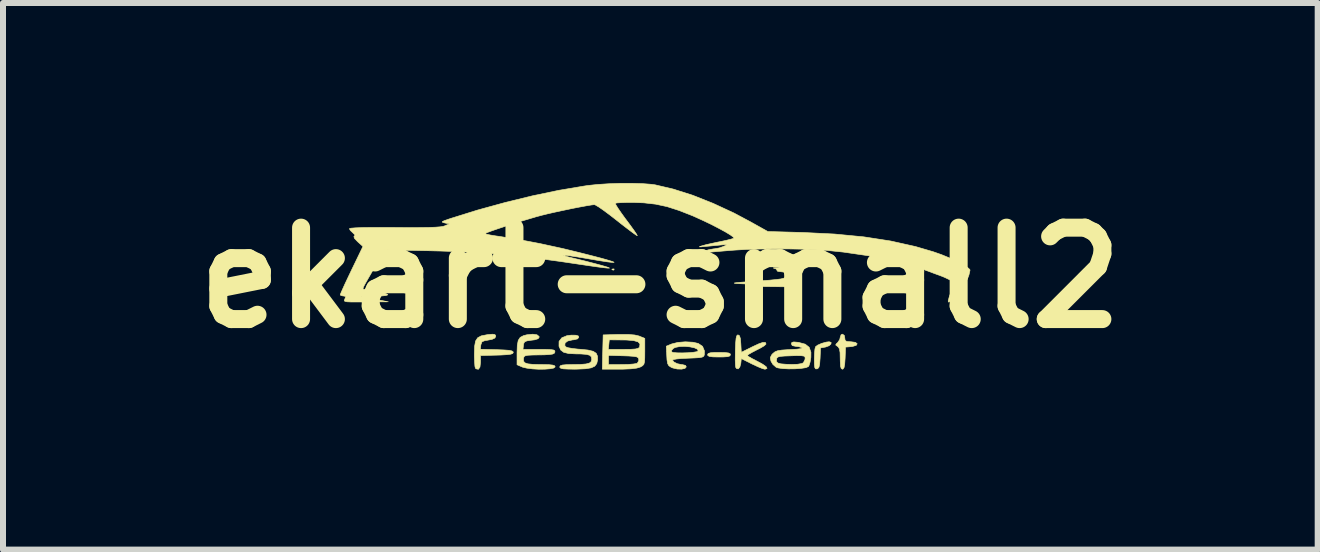
<source format=kicad_pcb>
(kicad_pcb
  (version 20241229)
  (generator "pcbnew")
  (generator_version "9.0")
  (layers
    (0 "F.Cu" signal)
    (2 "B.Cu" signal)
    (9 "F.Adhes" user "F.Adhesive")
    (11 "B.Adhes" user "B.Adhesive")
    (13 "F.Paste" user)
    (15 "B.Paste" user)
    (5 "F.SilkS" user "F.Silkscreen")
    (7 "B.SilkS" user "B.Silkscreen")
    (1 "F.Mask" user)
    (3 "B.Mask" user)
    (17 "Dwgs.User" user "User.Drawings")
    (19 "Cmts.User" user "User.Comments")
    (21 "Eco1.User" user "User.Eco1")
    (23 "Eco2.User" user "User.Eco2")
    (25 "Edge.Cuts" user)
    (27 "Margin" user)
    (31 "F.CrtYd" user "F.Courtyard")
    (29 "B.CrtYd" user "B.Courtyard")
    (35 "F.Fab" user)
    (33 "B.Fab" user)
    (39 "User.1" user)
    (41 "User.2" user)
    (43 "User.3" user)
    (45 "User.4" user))
  (footprint "ekart-small2"
    (layer "F.Cu")
    (at 7.954 1.578)
    (property "Reference" "ekart-small2" (at 0 0 0) (layer "F.SilkS") (effects (font (size 1.524 1.524) (thickness 0.3))))
    (attr through_hole)
    (fp_poly (pts (xy -0.77 -0.144) (xy -0.774 -0.129) (xy -0.787 -0.127) (xy -0.808 -0.136) (xy -0.804 -0.144) (xy -0.774 -0.147) (xy -0.77 -0.144)) (stroke (width 0.01) (type solid)) (fill yes) (layer "F.SilkS"))
    (fp_poly (pts (xy 1.078 1.247) (xy 1.137 1.254) (xy 1.164 1.268) (xy 1.168 1.283) (xy 1.158 1.303) (xy 1.122 1.315) (xy 1.051 1.32) (xy 0.978 1.321) (xy 0.877 1.319) (xy 0.818 1.312) (xy 0.792 1.297) (xy 0.787 1.283) (xy 0.797 1.263) (xy 0.833 1.251) (xy 0.905 1.245) (xy 0.978 1.245) (xy 1.078 1.247)) (stroke (width 0.01) (type solid)) (fill yes) (layer "F.SilkS"))
    (fp_poly (pts (xy 2.846 1.078) (xy 2.843 1.104) (xy 2.812 1.133) (xy 2.759 1.153) (xy 2.757 1.154) (xy 2.669 1.17) (xy 2.662 1.341) (xy 2.655 1.435) (xy 2.644 1.489) (xy 2.624 1.514) (xy 2.61 1.519) (xy 2.586 1.518) (xy 2.573 1.495) (xy 2.567 1.441) (xy 2.566 1.354) (xy 2.569 1.262) (xy 2.576 1.188) (xy 2.587 1.149) (xy 2.624 1.122) (xy 2.689 1.094) (xy 2.763 1.073) (xy 2.813 1.067) (xy 2.846 1.078)) (stroke (width 0.01) (type solid)) (fill yes) (layer "F.SilkS"))
    (fp_poly (pts (xy 3.066 0.962) (xy 3.073 1.003) (xy 3.079 1.044) (xy 3.105 1.062) (xy 3.166 1.067) (xy 3.175 1.067) (xy 3.25 1.077) (xy 3.28 1.1) (xy 3.265 1.126) (xy 3.204 1.145) (xy 3.181 1.148) (xy 3.086 1.156) (xy 3.079 1.34) (xy 3.072 1.44) (xy 3.061 1.498) (xy 3.043 1.522) (xy 3.034 1.524) (xy 3.014 1.513) (xy 3.002 1.472) (xy 2.998 1.394) (xy 2.997 1.347) (xy 2.995 1.248) (xy 2.985 1.187) (xy 2.965 1.154) (xy 2.953 1.144) (xy 2.922 1.121) (xy 2.933 1.099) (xy 2.953 1.083) (xy 2.989 1.031) (xy 2.997 0.994) (xy 3.012 0.95) (xy 3.035 0.94) (xy 3.066 0.962)) (stroke (width 0.01) (type solid)) (fill yes) (layer "F.SilkS"))
    (fp_poly (pts (xy -2.757 0.947) (xy -2.744 0.966) (xy -2.743 0.974) (xy -2.757 1.005) (xy -2.805 1.027) (xy -2.894 1.044) (xy -2.921 1.047) (xy -2.972 1.067) (xy -2.992 1.12) (xy -2.992 1.123) (xy -3 1.192) (xy -2.726 1.199) (xy -2.601 1.204) (xy -2.52 1.21) (xy -2.473 1.22) (xy -2.453 1.235) (xy -2.451 1.245) (xy -2.46 1.262) (xy -2.492 1.274) (xy -2.554 1.282) (xy -2.655 1.288) (xy -2.724 1.29) (xy -2.997 1.297) (xy -2.997 1.411) (xy -3.006 1.489) (xy -3.032 1.526) (xy -3.07 1.518) (xy -3.082 1.507) (xy -3.09 1.476) (xy -3.095 1.406) (xy -3.099 1.311) (xy -3.099 1.27) (xy -3.095 1.142) (xy -3.079 1.055) (xy -3.044 1.001) (xy -2.985 0.969) (xy -2.894 0.951) (xy -2.874 0.948) (xy -2.796 0.941) (xy -2.757 0.947)) (stroke (width 0.01) (type solid)) (fill yes) (layer "F.SilkS"))
    (fp_poly (pts (xy 1.319 0.967) (xy 1.334 1.015) (xy 1.341 1.098) (xy 1.349 1.243) (xy 1.538 1.149) (xy 1.639 1.102) (xy 1.705 1.079) (xy 1.744 1.078) (xy 1.756 1.085) (xy 1.76 1.107) (xy 1.73 1.135) (xy 1.66 1.176) (xy 1.616 1.198) (xy 1.535 1.24) (xy 1.475 1.274) (xy 1.448 1.294) (xy 1.448 1.295) (xy 1.469 1.313) (xy 1.524 1.345) (xy 1.603 1.386) (xy 1.613 1.391) (xy 1.708 1.443) (xy 1.764 1.484) (xy 1.778 1.512) (xy 1.748 1.524) (xy 1.739 1.524) (xy 1.699 1.513) (xy 1.628 1.484) (xy 1.54 1.443) (xy 1.525 1.436) (xy 1.349 1.347) (xy 1.341 1.427) (xy 1.325 1.487) (xy 1.298 1.519) (xy 1.269 1.513) (xy 1.256 1.493) (xy 1.251 1.453) (xy 1.248 1.376) (xy 1.249 1.273) (xy 1.25 1.205) (xy 1.255 1.086) (xy 1.262 1.01) (xy 1.273 0.968) (xy 1.289 0.953) (xy 1.295 0.953) (xy 1.319 0.967)) (stroke (width 0.01) (type solid)) (fill yes) (layer "F.SilkS"))
    (fp_poly (pts (xy 2.304 -0.174) (xy 2.351 -0.168) (xy 2.373 -0.157) (xy 2.377 -0.14) (xy 2.375 -0.127) (xy 2.354 -0.081) (xy 2.31 -0.014) (xy 2.269 0.038) (xy 2.174 0.152) (xy 1.779 0.148) (xy 1.633 0.146) (xy 1.537 0.143) (xy 1.49 0.138) (xy 1.49 0.133) (xy 1.524 0.127) (xy 1.586 0.119) (xy 1.611 0.113) (xy 1.595 0.11) (xy 1.536 0.107) (xy 1.435 0.104) (xy 1.338 0.1) (xy 1.267 0.096) (xy 1.232 0.091) (xy 1.232 0.088) (xy 1.265 0.083) (xy 1.339 0.076) (xy 1.446 0.068) (xy 1.575 0.058) (xy 1.661 0.052) (xy 1.818 0.041) (xy 1.931 0.03) (xy 2.009 0.02) (xy 2.059 0.007) (xy 2.087 -0.009) (xy 2.097 -0.019) (xy 2.112 -0.064) (xy 2.08 -0.091) (xy 2.001 -0.101) (xy 1.999 -0.101) (xy 1.953 -0.108) (xy 1.942 -0.125) (xy 1.931 -0.145) (xy 1.886 -0.16) (xy 1.882 -0.164) (xy 1.92 -0.168) (xy 1.996 -0.172) (xy 2.1 -0.174) (xy 2.224 -0.175) (xy 2.304 -0.174)) (stroke (width 0.01) (type solid)) (fill yes) (layer "F.SilkS"))
    (fp_poly (pts (xy -0.429 0.954) (xy -0.352 0.972) (xy -0.347 0.975) (xy -0.259 1.011) (xy -0.259 1.23) (xy -0.26 1.336) (xy -0.264 1.403) (xy -0.275 1.443) (xy -0.297 1.467) (xy -0.331 1.487) (xy -0.393 1.506) (xy -0.489 1.518) (xy -0.628 1.524) (xy -0.685 1.524) (xy -0.967 1.524) (xy -0.965 1.448) (xy -0.864 1.448) (xy -0.641 1.447) (xy -0.537 1.445) (xy -0.45 1.438) (xy -0.395 1.429) (xy -0.385 1.425) (xy -0.36 1.385) (xy -0.36 1.356) (xy -0.369 1.334) (xy -0.394 1.319) (xy -0.444 1.31) (xy -0.528 1.304) (xy -0.616 1.301) (xy -0.864 1.294) (xy -0.864 1.448) (xy -0.965 1.448) (xy -0.959 1.194) (xy -0.867 1.194) (xy -0.614 1.194) (xy -0.495 1.193) (xy -0.418 1.188) (xy -0.373 1.178) (xy -0.35 1.162) (xy -0.345 1.151) (xy -0.34 1.103) (xy -0.371 1.069) (xy -0.443 1.048) (xy -0.559 1.038) (xy -0.625 1.037) (xy -0.851 1.035) (xy -0.859 1.115) (xy -0.867 1.194) (xy -0.959 1.194) (xy -0.953 0.953) (xy -0.693 0.945) (xy -0.54 0.945) (xy -0.429 0.954)) (stroke (width 0.01) (type solid)) (fill yes) (layer "F.SilkS"))
    (fp_poly (pts (xy 0.543 1.075) (xy 0.631 1.095) (xy 0.703 1.143) (xy 0.735 1.22) (xy 0.732 1.287) (xy 0.723 1.308) (xy 0.697 1.323) (xy 0.647 1.332) (xy 0.563 1.337) (xy 0.463 1.341) (xy 0.355 1.346) (xy 0.269 1.354) (xy 0.216 1.364) (xy 0.203 1.372) (xy 0.226 1.404) (xy 0.28 1.432) (xy 0.35 1.447) (xy 0.367 1.448) (xy 0.419 1.461) (xy 0.432 1.486) (xy 0.41 1.511) (xy 0.355 1.523) (xy 0.282 1.521) (xy 0.208 1.504) (xy 0.178 1.491) (xy 0.142 1.467) (xy 0.122 1.432) (xy 0.111 1.37) (xy 0.107 1.3) (xy 0.104 1.234) (xy 0.184 1.234) (xy 0.215 1.246) (xy 0.281 1.252) (xy 0.368 1.253) (xy 0.461 1.25) (xy 0.545 1.243) (xy 0.607 1.233) (xy 0.63 1.221) (xy 0.618 1.191) (xy 0.568 1.168) (xy 0.493 1.152) (xy 0.406 1.144) (xy 0.321 1.147) (xy 0.25 1.161) (xy 0.217 1.177) (xy 0.186 1.212) (xy 0.184 1.234) (xy 0.104 1.234) (xy 0.099 1.141) (xy 0.188 1.104) (xy 0.291 1.078) (xy 0.417 1.068) (xy 0.543 1.075)) (stroke (width 0.01) (type solid)) (fill yes) (layer "F.SilkS"))
    (fp_poly (pts (xy -1.407 0.958) (xy -1.368 0.97) (xy -1.359 0.991) (xy -1.379 1.019) (xy -1.443 1.034) (xy -1.465 1.036) (xy -1.543 1.054) (xy -1.587 1.087) (xy -1.592 1.129) (xy -1.576 1.152) (xy -1.54 1.166) (xy -1.467 1.179) (xy -1.37 1.19) (xy -1.338 1.192) (xy -1.207 1.205) (xy -1.12 1.226) (xy -1.069 1.259) (xy -1.047 1.308) (xy -1.046 1.369) (xy -1.06 1.431) (xy -1.093 1.474) (xy -1.153 1.502) (xy -1.247 1.517) (xy -1.382 1.523) (xy -1.429 1.524) (xy -1.545 1.522) (xy -1.62 1.518) (xy -1.66 1.508) (xy -1.676 1.493) (xy -1.676 1.486) (xy -1.667 1.467) (xy -1.633 1.455) (xy -1.565 1.449) (xy -1.467 1.447) (xy -1.331 1.445) (xy -1.238 1.437) (xy -1.181 1.422) (xy -1.152 1.397) (xy -1.143 1.361) (xy -1.143 1.359) (xy -1.15 1.318) (xy -1.177 1.292) (xy -1.233 1.277) (xy -1.325 1.27) (xy -1.405 1.269) (xy -1.528 1.263) (xy -1.61 1.243) (xy -1.66 1.205) (xy -1.688 1.145) (xy -1.689 1.14) (xy -1.688 1.061) (xy -1.642 1.001) (xy -1.557 0.966) (xy -1.486 0.957) (xy -1.407 0.958)) (stroke (width 0.01) (type solid)) (fill yes) (layer "F.SilkS"))
    (fp_poly (pts (xy -2.056 0.951) (xy -2.021 0.979) (xy -2.019 0.991) (xy -2.038 1.017) (xy -2.097 1.035) (xy -2.146 1.041) (xy -2.222 1.052) (xy -2.261 1.068) (xy -2.278 1.1) (xy -2.281 1.124) (xy -2.289 1.194) (xy -2.019 1.194) (xy -1.899 1.195) (xy -1.821 1.198) (xy -1.777 1.205) (xy -1.759 1.217) (xy -1.757 1.236) (xy -1.757 1.238) (xy -1.768 1.259) (xy -1.795 1.272) (xy -1.848 1.28) (xy -1.936 1.285) (xy -2.02 1.286) (xy -2.135 1.288) (xy -2.209 1.292) (xy -2.251 1.301) (xy -2.272 1.316) (xy -2.279 1.34) (xy -2.281 1.353) (xy -2.279 1.392) (xy -2.257 1.418) (xy -2.208 1.435) (xy -2.124 1.444) (xy -1.998 1.447) (xy -1.962 1.447) (xy -1.856 1.449) (xy -1.792 1.456) (xy -1.76 1.468) (xy -1.753 1.486) (xy -1.776 1.505) (xy -1.837 1.517) (xy -1.925 1.524) (xy -2.027 1.525) (xy -2.131 1.519) (xy -2.224 1.507) (xy -2.296 1.49) (xy -2.305 1.486) (xy -2.388 1.45) (xy -2.388 1.248) (xy -2.384 1.126) (xy -2.368 1.044) (xy -2.335 0.994) (xy -2.28 0.965) (xy -2.225 0.951) (xy -2.127 0.941) (xy -2.056 0.951)) (stroke (width 0.01) (type solid)) (fill yes) (layer "F.SilkS"))
    (fp_poly (pts (xy 2.292 1.076) (xy 2.305 1.078) (xy 2.414 1.107) (xy 2.48 1.159) (xy 2.509 1.242) (xy 2.508 1.328) (xy 2.495 1.407) (xy 2.476 1.466) (xy 2.466 1.481) (xy 2.423 1.499) (xy 2.344 1.511) (xy 2.244 1.518) (xy 2.137 1.519) (xy 2.038 1.514) (xy 1.961 1.503) (xy 1.931 1.493) (xy 1.875 1.444) (xy 1.843 1.39) (xy 1.838 1.363) (xy 1.935 1.363) (xy 1.936 1.398) (xy 1.958 1.421) (xy 2.007 1.435) (xy 2.092 1.442) (xy 2.186 1.445) (xy 2.286 1.442) (xy 2.357 1.43) (xy 2.383 1.417) (xy 2.409 1.367) (xy 2.413 1.34) (xy 2.409 1.318) (xy 2.389 1.305) (xy 2.345 1.299) (xy 2.267 1.298) (xy 2.178 1.301) (xy 2.067 1.305) (xy 1.998 1.311) (xy 1.959 1.322) (xy 1.941 1.34) (xy 1.935 1.363) (xy 1.838 1.363) (xy 1.832 1.332) (xy 1.855 1.285) (xy 1.875 1.263) (xy 1.91 1.235) (xy 1.954 1.217) (xy 2.021 1.206) (xy 2.122 1.199) (xy 2.163 1.197) (xy 2.274 1.191) (xy 2.342 1.182) (xy 2.363 1.17) (xy 2.359 1.166) (xy 2.308 1.149) (xy 2.254 1.143) (xy 2.198 1.131) (xy 2.184 1.102) (xy 2.192 1.078) (xy 2.224 1.07) (xy 2.292 1.076)) (stroke (width 0.01) (type solid)) (fill yes) (layer "F.SilkS"))
    (fp_poly (pts (xy -0.298 -1.568) (xy -0.153 -1.557) (xy -0.087 -1.548) (xy 0.212 -1.478) (xy 0.537 -1.375) (xy 0.877 -1.24) (xy 1.225 -1.079) (xy 1.501 -0.932) (xy 1.791 -0.77) (xy 2.375 -0.754) (xy 2.904 -0.728) (xy 3.391 -0.681) (xy 3.838 -0.612) (xy 4.25 -0.52) (xy 4.547 -0.433) (xy 4.684 -0.385) (xy 4.818 -0.33) (xy 4.94 -0.274) (xy 5.042 -0.221) (xy 5.117 -0.173) (xy 5.157 -0.137) (xy 5.16 -0.123) (xy 5.147 -0.067) (xy 5.143 -0.047) (xy 5.119 0.016) (xy 5.073 0.098) (xy 5.013 0.187) (xy 4.946 0.273) (xy 4.882 0.346) (xy 4.829 0.393) (xy 4.799 0.406) (xy 4.797 0.385) (xy 4.811 0.33) (xy 4.83 0.273) (xy 4.861 0.192) (xy 4.884 0.127) (xy 4.892 0.102) (xy 4.883 0.075) (xy 4.835 0.041) (xy 4.745 -0.002) (xy 4.706 -0.019) (xy 4.332 -0.157) (xy 3.936 -0.27) (xy 3.511 -0.36) (xy 3.051 -0.427) (xy 2.769 -0.456) (xy 2.594 -0.468) (xy 2.383 -0.476) (xy 2.148 -0.48) (xy 1.904 -0.481) (xy 1.663 -0.478) (xy 1.44 -0.472) (xy 1.249 -0.461) (xy 1.194 -0.457) (xy 1.06 -0.446) (xy 0.93 -0.435) (xy 0.82 -0.425) (xy 0.762 -0.42) (xy 0.622 -0.408) (xy 0.724 -0.443) (xy 0.809 -0.467) (xy 0.889 -0.481) (xy 0.902 -0.482) (xy 0.981 -0.496) (xy 1.054 -0.522) (xy 1.095 -0.542) (xy 1.101 -0.551) (xy 1.068 -0.551) (xy 0.991 -0.544) (xy 0.846 -0.53) (xy 0.746 -0.521) (xy 0.684 -0.515) (xy 0.654 -0.514) (xy 0.651 -0.517) (xy 0.667 -0.523) (xy 0.697 -0.533) (xy 0.699 -0.533) (xy 0.759 -0.55) (xy 0.852 -0.571) (xy 0.96 -0.594) (xy 0.991 -0.6) (xy 1.09 -0.621) (xy 1.171 -0.641) (xy 1.219 -0.655) (xy 1.226 -0.659) (xy 1.215 -0.678) (xy 1.164 -0.715) (xy 1.083 -0.764) (xy 0.976 -0.822) (xy 0.853 -0.886) (xy 0.719 -0.95) (xy 0.583 -1.012) (xy 0.543 -1.03) (xy 0.314 -1.12) (xy 0.112 -1.185) (xy -0.079 -1.226) (xy -0.274 -1.248) (xy -0.436 -1.254) (xy -0.554 -1.254) (xy -0.653 -1.251) (xy -0.721 -1.247) (xy -0.749 -1.241) (xy -0.741 -1.215) (xy -0.706 -1.158) (xy -0.651 -1.078) (xy -0.581 -0.981) (xy -0.57 -0.967) (xy -0.497 -0.869) (xy -0.438 -0.787) (xy -0.399 -0.729) (xy -0.384 -0.701) (xy -0.384 -0.7) (xy -0.406 -0.712) (xy -0.461 -0.751) (xy -0.542 -0.812) (xy -0.642 -0.889) (xy -0.724 -0.954) (xy -0.837 -1.042) (xy -0.939 -1.118) (xy -1.022 -1.176) (xy -1.079 -1.21) (xy -1.099 -1.218) (xy -1.145 -1.213) (xy -1.231 -1.199) (xy -1.345 -1.178) (xy -1.478 -1.152) (xy -1.62 -1.122) (xy -1.76 -1.092) (xy -1.887 -1.063) (xy -1.968 -1.043) (xy -2.069 -1.016) (xy -2.19 -0.98) (xy -2.324 -0.94) (xy -2.463 -0.896) (xy -2.597 -0.853) (xy -2.718 -0.813) (xy -2.818 -0.778) (xy -2.888 -0.752) (xy -2.92 -0.737) (xy -2.921 -0.735) (xy -2.897 -0.726) (xy -2.835 -0.712) (xy -2.744 -0.697) (xy -2.686 -0.689) (xy -2.362 -0.637) (xy -2.006 -0.569) (xy -1.629 -0.487) (xy -1.346 -0.418) (xy -1.133 -0.364) (xy -0.969 -0.321) (xy -0.855 -0.288) (xy -0.789 -0.267) (xy -0.771 -0.256) (xy -0.801 -0.255) (xy -0.88 -0.264) (xy -1.005 -0.283) (xy -1.178 -0.312) (xy -1.209 -0.318) (xy -1.379 -0.346) (xy -1.505 -0.365) (xy -1.585 -0.375) (xy -1.619 -0.376) (xy -1.605 -0.367) (xy -1.543 -0.349) (xy -1.46 -0.328) (xy -1.263 -0.28) (xy -1.1 -0.238) (xy -0.974 -0.204) (xy -0.89 -0.179) (xy -0.85 -0.163) (xy -0.848 -0.16) (xy -0.875 -0.16) (xy -0.944 -0.167) (xy -1.046 -0.18) (xy -1.173 -0.198) (xy -1.274 -0.213) (xy -1.673 -0.272) (xy -2.034 -0.321) (xy -2.369 -0.361) (xy -2.688 -0.392) (xy -3.003 -0.415) (xy -3.326 -0.433) (xy -3.667 -0.445) (xy -3.864 -0.45) (xy -4.591 -0.464) (xy -4.738 -0.213) (xy -4.819 -0.074) (xy -4.877 0.027) (xy -4.917 0.097) (xy -4.941 0.142) (xy -4.952 0.168) (xy -4.955 0.181) (xy -4.951 0.188) (xy -4.951 0.189) (xy -4.921 0.198) (xy -4.855 0.212) (xy -4.765 0.227) (xy -4.749 0.23) (xy -4.629 0.251) (xy -4.56 0.27) (xy -4.541 0.285) (xy -4.573 0.297) (xy -4.656 0.305) (xy -4.751 0.308) (xy -4.991 0.31) (xy -4.763 0.356) (xy -4.534 0.401) (xy -4.909 0.404) (xy -5.054 0.404) (xy -5.155 0.404) (xy -5.22 0.401) (xy -5.255 0.394) (xy -5.267 0.383) (xy -5.263 0.367) (xy -5.258 0.356) (xy -5.244 0.317) (xy -5.268 0.305) (xy -5.282 0.305) (xy -5.324 0.296) (xy -5.334 0.283) (xy -5.323 0.254) (xy -5.294 0.188) (xy -5.25 0.091) (xy -5.194 -0.027) (xy -5.145 -0.13) (xy -4.956 -0.521) (xy -5.045 -0.601) (xy -5.098 -0.657) (xy -5.107 -0.688) (xy -5.1 -0.693) (xy -5.088 -0.712) (xy -5.122 -0.746) (xy -5.124 -0.748) (xy -5.166 -0.788) (xy -5.182 -0.817) (xy -5.157 -0.825) (xy -5.083 -0.831) (xy -4.959 -0.836) (xy -4.785 -0.838) (xy -4.561 -0.837) (xy -4.426 -0.837) (xy -4.193 -0.835) (xy -4.005 -0.836) (xy -3.859 -0.838) (xy -3.749 -0.842) (xy -3.67 -0.848) (xy -3.618 -0.856) (xy -3.594 -0.864) (xy -3.518 -0.897) (xy -3.594 -0.913) (xy -3.629 -0.923) (xy -3.635 -0.933) (xy -3.605 -0.949) (xy -3.534 -0.974) (xy -3.493 -0.988) (xy -3.044 -1.128) (xy -2.585 -1.254) (xy -2.13 -1.365) (xy -1.69 -1.457) (xy -1.28 -1.526) (xy -1.208 -1.537) (xy -1.046 -1.554) (xy -0.86 -1.566) (xy -0.665 -1.573) (xy -0.473 -1.573) (xy -0.298 -1.568)) (stroke (width 0.01) (type solid)) (fill yes) (layer "F.SilkS")))
  (gr_rect
    (start -3 -3)
    (end 18.908 6.109)
    (stroke (width 0.1) (type default))
    (fill no)
    (layer "Edge.Cuts")))
</source>
